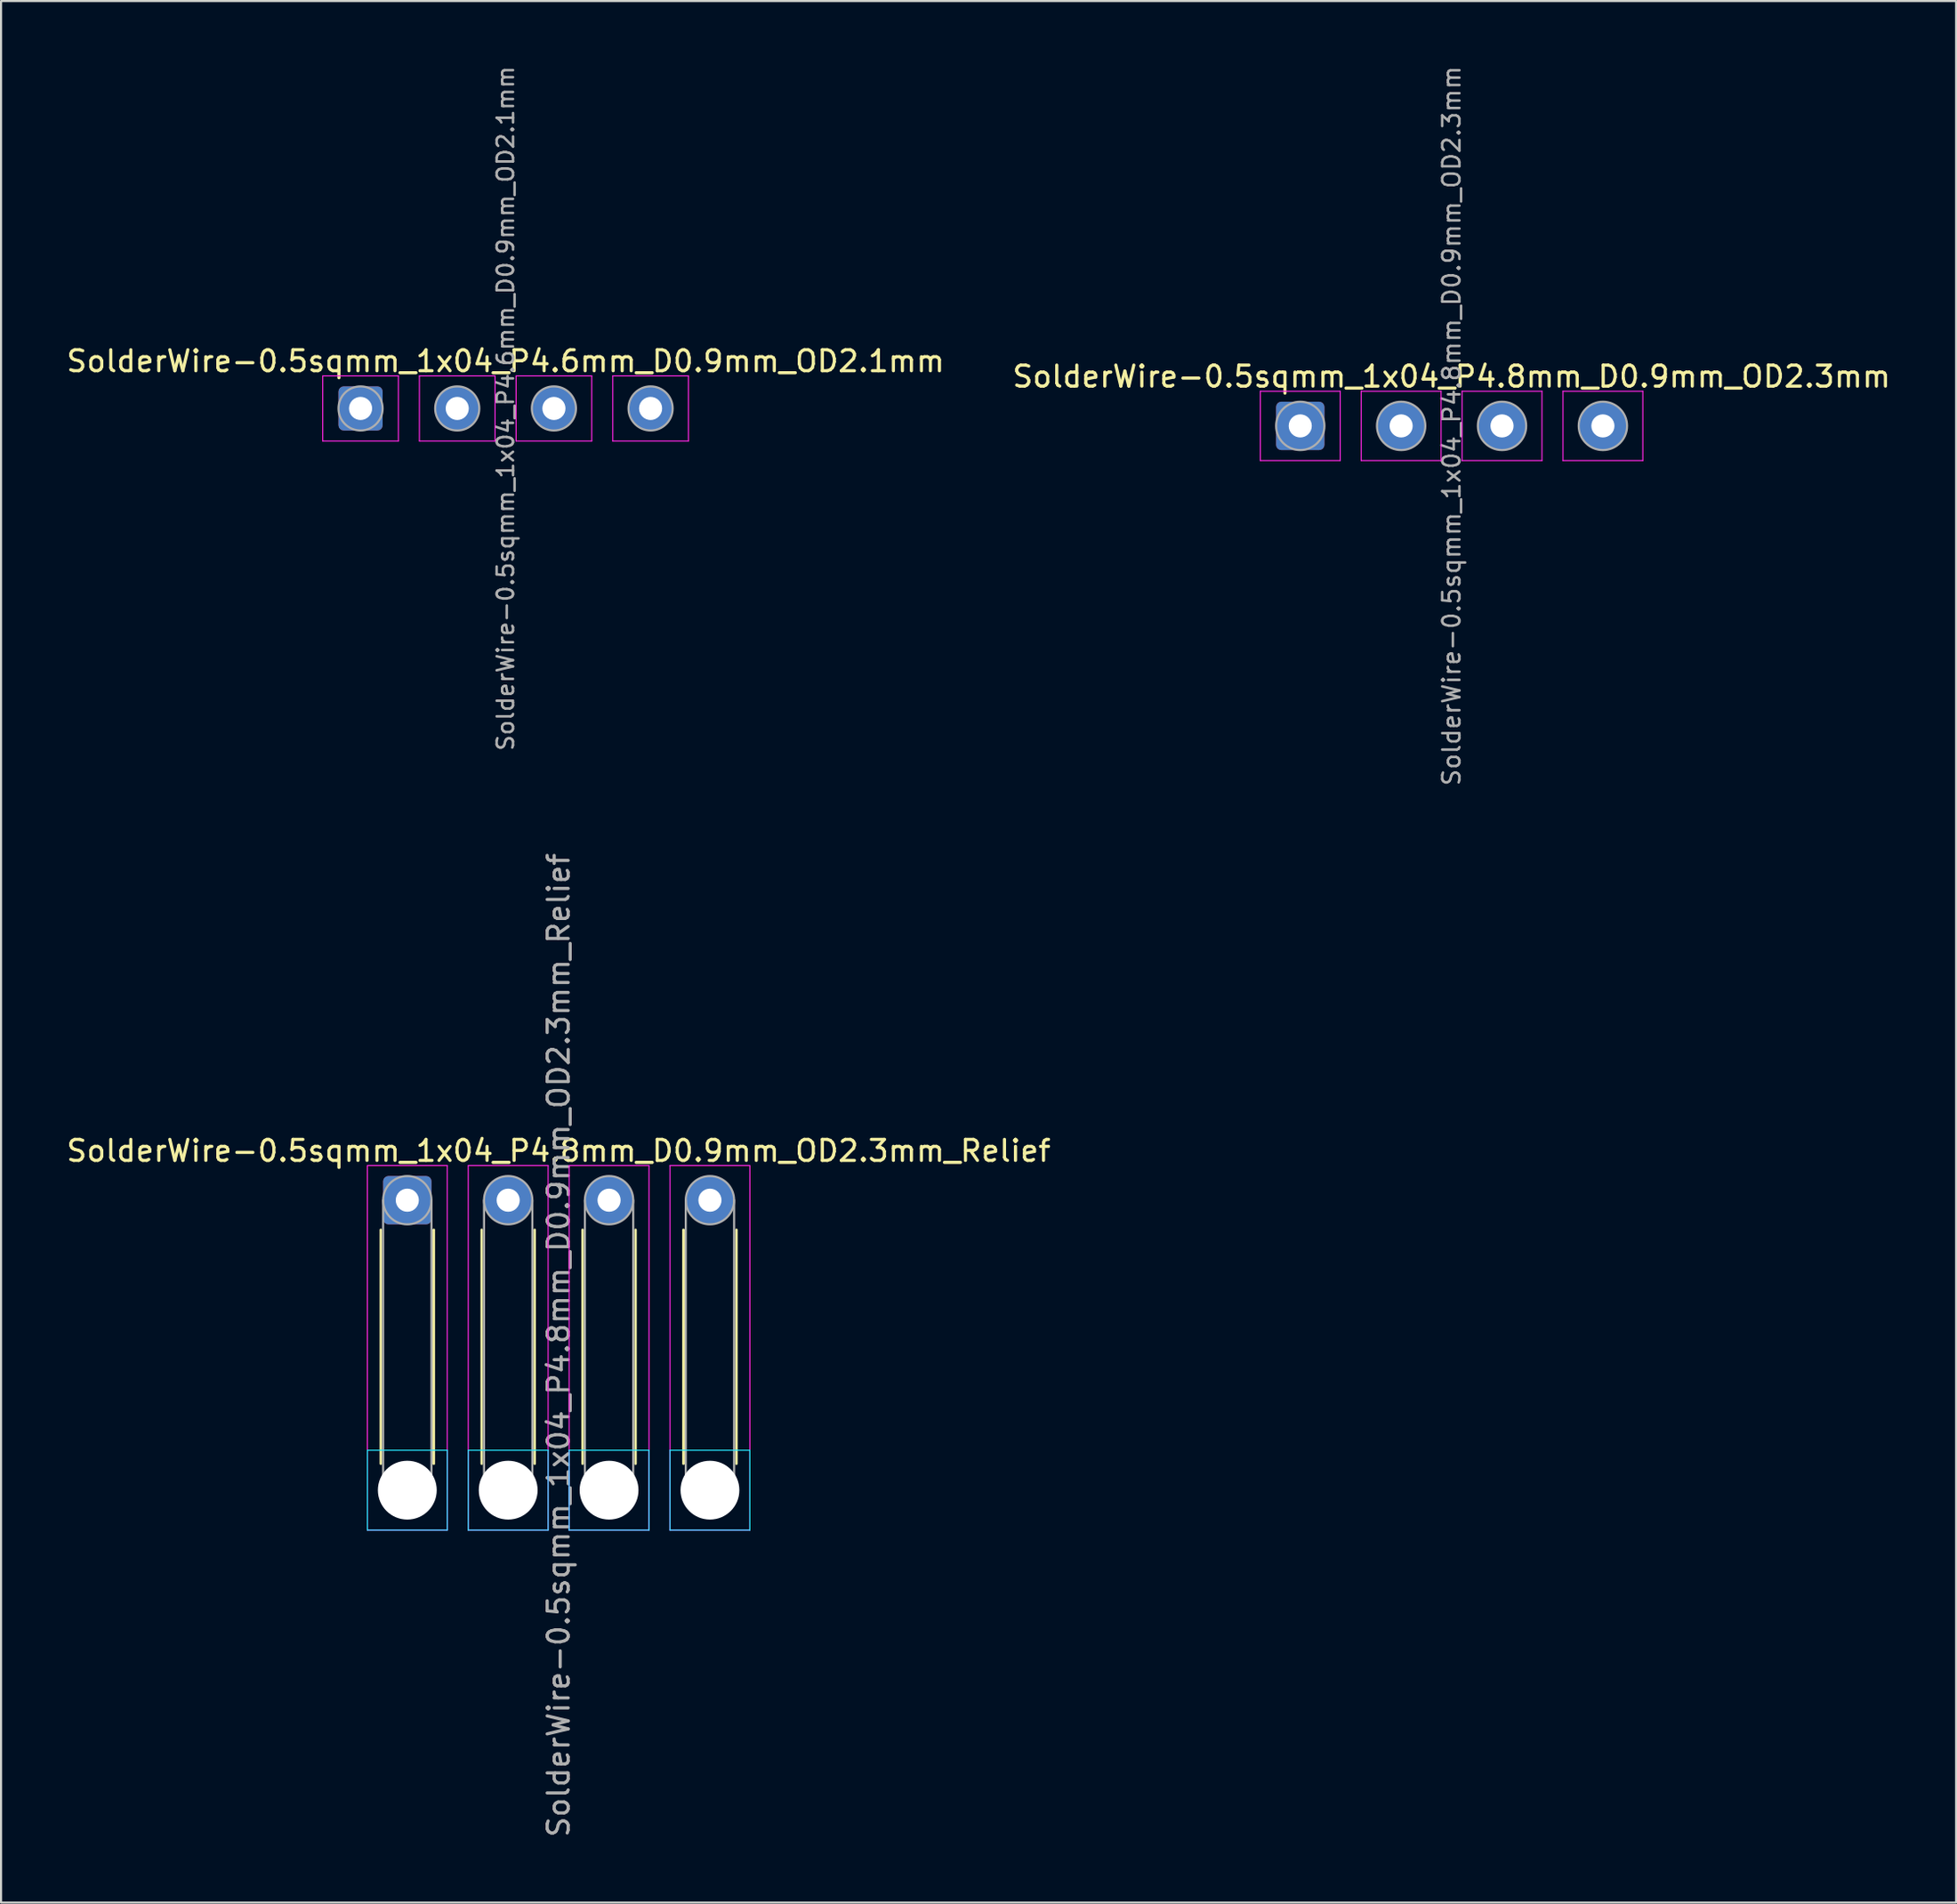
<source format=kicad_pcb>
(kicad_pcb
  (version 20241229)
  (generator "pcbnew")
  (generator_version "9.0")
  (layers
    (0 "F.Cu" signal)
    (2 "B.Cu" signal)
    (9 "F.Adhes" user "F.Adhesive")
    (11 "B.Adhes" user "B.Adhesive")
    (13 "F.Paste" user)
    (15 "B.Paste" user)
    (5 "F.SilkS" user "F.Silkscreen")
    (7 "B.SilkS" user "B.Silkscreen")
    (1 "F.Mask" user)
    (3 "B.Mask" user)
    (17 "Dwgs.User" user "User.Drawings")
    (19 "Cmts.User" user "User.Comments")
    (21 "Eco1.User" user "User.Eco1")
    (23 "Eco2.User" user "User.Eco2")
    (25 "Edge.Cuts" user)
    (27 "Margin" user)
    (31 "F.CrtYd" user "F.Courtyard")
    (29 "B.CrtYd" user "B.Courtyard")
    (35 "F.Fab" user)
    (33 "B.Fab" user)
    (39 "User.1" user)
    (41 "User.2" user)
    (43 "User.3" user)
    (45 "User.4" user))
  (footprint "SolderWire-0.5sqmm_1x04_P4.6mm_D0.9mm_OD2.1mm"
    (layer "F.Cu")
    (at 14.106 16.389)
    (property "Reference" "SolderWire-0.5sqmm_1x04_P4.6mm_D0.9mm_OD2.1mm" (at 6.9 -2.25 0) (layer "F.SilkS") (effects (font (size 1 1) (thickness 0.15))))
    (attr exclude_from_pos_files exclude_from_bom)
    (fp_line (start -1.8 -1.55) (end -1.8 1.55) (stroke (width 0.05) (type solid)) (layer "F.CrtYd"))
    (fp_line (start -1.8 1.55) (end 1.8 1.55) (stroke (width 0.05) (type solid)) (layer "F.CrtYd"))
    (fp_line (start 1.8 -1.55) (end -1.8 -1.55) (stroke (width 0.05) (type solid)) (layer "F.CrtYd"))
    (fp_line (start 1.8 1.55) (end 1.8 -1.55) (stroke (width 0.05) (type solid)) (layer "F.CrtYd"))
    (fp_line (start 2.8 -1.55) (end 2.8 1.55) (stroke (width 0.05) (type solid)) (layer "F.CrtYd"))
    (fp_line (start 2.8 1.55) (end 6.4 1.55) (stroke (width 0.05) (type solid)) (layer "F.CrtYd"))
    (fp_line (start 6.4 -1.55) (end 2.8 -1.55) (stroke (width 0.05) (type solid)) (layer "F.CrtYd"))
    (fp_line (start 6.4 1.55) (end 6.4 -1.55) (stroke (width 0.05) (type solid)) (layer "F.CrtYd"))
    (fp_line (start 7.4 -1.55) (end 7.4 1.55) (stroke (width 0.05) (type solid)) (layer "F.CrtYd"))
    (fp_line (start 7.4 1.55) (end 11 1.55) (stroke (width 0.05) (type solid)) (layer "F.CrtYd"))
    (fp_line (start 11 -1.55) (end 7.4 -1.55) (stroke (width 0.05) (type solid)) (layer "F.CrtYd"))
    (fp_line (start 11 1.55) (end 11 -1.55) (stroke (width 0.05) (type solid)) (layer "F.CrtYd"))
    (fp_line (start 12 -1.55) (end 12 1.55) (stroke (width 0.05) (type solid)) (layer "F.CrtYd"))
    (fp_line (start 12 1.55) (end 15.6 1.55) (stroke (width 0.05) (type solid)) (layer "F.CrtYd"))
    (fp_line (start 15.6 -1.55) (end 12 -1.55) (stroke (width 0.05) (type solid)) (layer "F.CrtYd"))
    (fp_line (start 15.6 1.55) (end 15.6 -1.55) (stroke (width 0.05) (type solid)) (layer "F.CrtYd"))
    (fp_circle (center 0 0) (end 1.05 0) (stroke (width 0.1) (type solid)) (fill no) (layer "F.Fab"))
    (fp_circle (center 4.6 0) (end 5.65 0) (stroke (width 0.1) (type solid)) (fill no) (layer "F.Fab"))
    (fp_circle (center 9.2 0) (end 10.25 0) (stroke (width 0.1) (type solid)) (fill no) (layer "F.Fab"))
    (fp_circle (center 13.8 0) (end 14.85 0) (stroke (width 0.1) (type solid)) (fill no) (layer "F.Fab"))
    (fp_text user "${REFERENCE}" (at 6.9 0 90) (layer "F.Fab") (effects (font (size 0.78 0.78) (thickness 0.12))))
    (pad "1" thru_hole roundrect (at 0 0) (size 2.1 2.1) (drill 1.1) (layers "*.Cu" "*.Mask") (roundrect_rratio 0.119))
    (pad "2" thru_hole circle (at 4.6 0) (size 2.1 2.1) (drill 1.1) (layers "*.Cu" "*.Mask"))
    (pad "3" thru_hole circle (at 9.2 0) (size 2.1 2.1) (drill 1.1) (layers "*.Cu" "*.Mask"))
    (pad "4" thru_hole circle (at 13.8 0) (size 2.1 2.1) (drill 1.1) (layers "*.Cu" "*.Mask")))
  (footprint "SolderWire-0.5sqmm_1x04_P4.8mm_D0.9mm_OD2.3mm"
    (layer "F.Cu")
    (at 58.818 17.22)
    (property "Reference" "SolderWire-0.5sqmm_1x04_P4.8mm_D0.9mm_OD2.3mm" (at 7.2 -2.35 0) (layer "F.SilkS") (effects (font (size 1 1) (thickness 0.15))))
    (attr exclude_from_pos_files exclude_from_bom)
    (fp_line (start -1.9 -1.65) (end -1.9 1.65) (stroke (width 0.05) (type solid)) (layer "F.CrtYd"))
    (fp_line (start -1.9 1.65) (end 1.9 1.65) (stroke (width 0.05) (type solid)) (layer "F.CrtYd"))
    (fp_line (start 1.9 -1.65) (end -1.9 -1.65) (stroke (width 0.05) (type solid)) (layer "F.CrtYd"))
    (fp_line (start 1.9 1.65) (end 1.9 -1.65) (stroke (width 0.05) (type solid)) (layer "F.CrtYd"))
    (fp_line (start 2.9 -1.65) (end 2.9 1.65) (stroke (width 0.05) (type solid)) (layer "F.CrtYd"))
    (fp_line (start 2.9 1.65) (end 6.7 1.65) (stroke (width 0.05) (type solid)) (layer "F.CrtYd"))
    (fp_line (start 6.7 -1.65) (end 2.9 -1.65) (stroke (width 0.05) (type solid)) (layer "F.CrtYd"))
    (fp_line (start 6.7 1.65) (end 6.7 -1.65) (stroke (width 0.05) (type solid)) (layer "F.CrtYd"))
    (fp_line (start 7.7 -1.65) (end 7.7 1.65) (stroke (width 0.05) (type solid)) (layer "F.CrtYd"))
    (fp_line (start 7.7 1.65) (end 11.5 1.65) (stroke (width 0.05) (type solid)) (layer "F.CrtYd"))
    (fp_line (start 11.5 -1.65) (end 7.7 -1.65) (stroke (width 0.05) (type solid)) (layer "F.CrtYd"))
    (fp_line (start 11.5 1.65) (end 11.5 -1.65) (stroke (width 0.05) (type solid)) (layer "F.CrtYd"))
    (fp_line (start 12.5 -1.65) (end 12.5 1.65) (stroke (width 0.05) (type solid)) (layer "F.CrtYd"))
    (fp_line (start 12.5 1.65) (end 16.3 1.65) (stroke (width 0.05) (type solid)) (layer "F.CrtYd"))
    (fp_line (start 16.3 -1.65) (end 12.5 -1.65) (stroke (width 0.05) (type solid)) (layer "F.CrtYd"))
    (fp_line (start 16.3 1.65) (end 16.3 -1.65) (stroke (width 0.05) (type solid)) (layer "F.CrtYd"))
    (fp_circle (center 0 0) (end 1.15 0) (stroke (width 0.1) (type solid)) (fill no) (layer "F.Fab"))
    (fp_circle (center 4.8 0) (end 5.95 0) (stroke (width 0.1) (type solid)) (fill no) (layer "F.Fab"))
    (fp_circle (center 9.6 0) (end 10.75 0) (stroke (width 0.1) (type solid)) (fill no) (layer "F.Fab"))
    (fp_circle (center 14.4 0) (end 15.55 0) (stroke (width 0.1) (type solid)) (fill no) (layer "F.Fab"))
    (fp_text user "${REFERENCE}" (at 7.2 0 90) (layer "F.Fab") (effects (font (size 0.82 0.82) (thickness 0.12))))
    (pad "1" thru_hole roundrect (at 0 0) (size 2.3 2.3) (drill 1.1) (layers "*.Cu" "*.Mask") (roundrect_rratio 0.109))
    (pad "2" thru_hole circle (at 4.8 0) (size 2.3 2.3) (drill 1.1) (layers "*.Cu" "*.Mask"))
    (pad "3" thru_hole circle (at 9.6 0) (size 2.3 2.3) (drill 1.1) (layers "*.Cu" "*.Mask"))
    (pad "4" thru_hole circle (at 14.4 0) (size 2.3 2.3) (drill 1.1) (layers "*.Cu" "*.Mask")))
  (footprint "SolderWire-0.5sqmm_1x04_P4.8mm_D0.9mm_OD2.3mm_Relief"
    (layer "F.Cu")
    (at 16.33 54.071)
    (property "Reference" "SolderWire-0.5sqmm_1x04_P4.8mm_D0.9mm_OD2.3mm_Relief" (at 7.2 -2.35 0) (layer "F.SilkS") (effects (font (size 1 1) (thickness 0.15))))
    (attr exclude_from_pos_files exclude_from_bom)
    (fp_line (start -1.26 1.41) (end -1.26 12.54) (stroke (width 0.12) (type solid)) (layer "F.SilkS"))
    (fp_line (start 1.26 1.41) (end 1.26 12.54) (stroke (width 0.12) (type solid)) (layer "F.SilkS"))
    (fp_line (start 3.54 1.41) (end 3.54 12.54) (stroke (width 0.12) (type solid)) (layer "F.SilkS"))
    (fp_line (start 6.06 1.41) (end 6.06 12.54) (stroke (width 0.12) (type solid)) (layer "F.SilkS"))
    (fp_line (start 8.34 1.41) (end 8.34 12.54) (stroke (width 0.12) (type solid)) (layer "F.SilkS"))
    (fp_line (start 10.86 1.41) (end 10.86 12.54) (stroke (width 0.12) (type solid)) (layer "F.SilkS"))
    (fp_line (start 13.14 1.41) (end 13.14 12.54) (stroke (width 0.12) (type solid)) (layer "F.SilkS"))
    (fp_line (start 15.66 1.41) (end 15.66 12.54) (stroke (width 0.12) (type solid)) (layer "F.SilkS"))
    (fp_line (start -1.9 11.9) (end -1.9 15.7) (stroke (width 0.05) (type solid)) (layer "B.CrtYd"))
    (fp_line (start -1.9 15.7) (end 1.9 15.7) (stroke (width 0.05) (type solid)) (layer "B.CrtYd"))
    (fp_line (start 1.9 11.9) (end -1.9 11.9) (stroke (width 0.05) (type solid)) (layer "B.CrtYd"))
    (fp_line (start 1.9 15.7) (end 1.9 11.9) (stroke (width 0.05) (type solid)) (layer "B.CrtYd"))
    (fp_line (start 2.9 11.9) (end 2.9 15.7) (stroke (width 0.05) (type solid)) (layer "B.CrtYd"))
    (fp_line (start 2.9 15.7) (end 6.7 15.7) (stroke (width 0.05) (type solid)) (layer "B.CrtYd"))
    (fp_line (start 6.7 11.9) (end 2.9 11.9) (stroke (width 0.05) (type solid)) (layer "B.CrtYd"))
    (fp_line (start 6.7 15.7) (end 6.7 11.9) (stroke (width 0.05) (type solid)) (layer "B.CrtYd"))
    (fp_line (start 7.7 11.9) (end 7.7 15.7) (stroke (width 0.05) (type solid)) (layer "B.CrtYd"))
    (fp_line (start 7.7 15.7) (end 11.5 15.7) (stroke (width 0.05) (type solid)) (layer "B.CrtYd"))
    (fp_line (start 11.5 11.9) (end 7.7 11.9) (stroke (width 0.05) (type solid)) (layer "B.CrtYd"))
    (fp_line (start 11.5 15.7) (end 11.5 11.9) (stroke (width 0.05) (type solid)) (layer "B.CrtYd"))
    (fp_line (start 12.5 11.9) (end 12.5 15.7) (stroke (width 0.05) (type solid)) (layer "B.CrtYd"))
    (fp_line (start 12.5 15.7) (end 16.3 15.7) (stroke (width 0.05) (type solid)) (layer "B.CrtYd"))
    (fp_line (start 16.3 11.9) (end 12.5 11.9) (stroke (width 0.05) (type solid)) (layer "B.CrtYd"))
    (fp_line (start 16.3 15.7) (end 16.3 11.9) (stroke (width 0.05) (type solid)) (layer "B.CrtYd"))
    (fp_line (start -1.9 -1.65) (end -1.9 15.7) (stroke (width 0.05) (type solid)) (layer "F.CrtYd"))
    (fp_line (start -1.9 15.7) (end 1.9 15.7) (stroke (width 0.05) (type solid)) (layer "F.CrtYd"))
    (fp_line (start 1.9 -1.65) (end -1.9 -1.65) (stroke (width 0.05) (type solid)) (layer "F.CrtYd"))
    (fp_line (start 1.9 15.7) (end 1.9 -1.65) (stroke (width 0.05) (type solid)) (layer "F.CrtYd"))
    (fp_line (start 2.9 -1.65) (end 2.9 15.7) (stroke (width 0.05) (type solid)) (layer "F.CrtYd"))
    (fp_line (start 2.9 15.7) (end 6.7 15.7) (stroke (width 0.05) (type solid)) (layer "F.CrtYd"))
    (fp_line (start 6.7 -1.65) (end 2.9 -1.65) (stroke (width 0.05) (type solid)) (layer "F.CrtYd"))
    (fp_line (start 6.7 15.7) (end 6.7 -1.65) (stroke (width 0.05) (type solid)) (layer "F.CrtYd"))
    (fp_line (start 7.7 -1.65) (end 7.7 15.7) (stroke (width 0.05) (type solid)) (layer "F.CrtYd"))
    (fp_line (start 7.7 15.7) (end 11.5 15.7) (stroke (width 0.05) (type solid)) (layer "F.CrtYd"))
    (fp_line (start 11.5 -1.65) (end 7.7 -1.65) (stroke (width 0.05) (type solid)) (layer "F.CrtYd"))
    (fp_line (start 11.5 15.7) (end 11.5 -1.65) (stroke (width 0.05) (type solid)) (layer "F.CrtYd"))
    (fp_line (start 12.5 -1.65) (end 12.5 15.7) (stroke (width 0.05) (type solid)) (layer "F.CrtYd"))
    (fp_line (start 12.5 15.7) (end 16.3 15.7) (stroke (width 0.05) (type solid)) (layer "F.CrtYd"))
    (fp_line (start 16.3 -1.65) (end 12.5 -1.65) (stroke (width 0.05) (type solid)) (layer "F.CrtYd"))
    (fp_line (start 16.3 15.7) (end 16.3 -1.65) (stroke (width 0.05) (type solid)) (layer "F.CrtYd"))
    (fp_line (start -1.15 0) (end -1.15 13.8) (stroke (width 0.1) (type solid)) (layer "F.Fab"))
    (fp_line (start 1.15 0) (end 1.15 13.8) (stroke (width 0.1) (type solid)) (layer "F.Fab"))
    (fp_line (start 3.65 0) (end 3.65 13.8) (stroke (width 0.1) (type solid)) (layer "F.Fab"))
    (fp_line (start 5.95 0) (end 5.95 13.8) (stroke (width 0.1) (type solid)) (layer "F.Fab"))
    (fp_line (start 8.45 0) (end 8.45 13.8) (stroke (width 0.1) (type solid)) (layer "F.Fab"))
    (fp_line (start 10.75 0) (end 10.75 13.8) (stroke (width 0.1) (type solid)) (layer "F.Fab"))
    (fp_line (start 13.25 0) (end 13.25 13.8) (stroke (width 0.1) (type solid)) (layer "F.Fab"))
    (fp_line (start 15.55 0) (end 15.55 13.8) (stroke (width 0.1) (type solid)) (layer "F.Fab"))
    (fp_circle (center 0 0) (end 1.15 0) (stroke (width 0.1) (type solid)) (fill no) (layer "F.Fab"))
    (fp_circle (center 0 13.8) (end 1.15 13.8) (stroke (width 0.1) (type solid)) (fill no) (layer "F.Fab"))
    (fp_circle (center 4.8 0) (end 5.95 0) (stroke (width 0.1) (type solid)) (fill no) (layer "F.Fab"))
    (fp_circle (center 4.8 13.8) (end 5.95 13.8) (stroke (width 0.1) (type solid)) (fill no) (layer "F.Fab"))
    (fp_circle (center 9.6 0) (end 10.75 0) (stroke (width 0.1) (type solid)) (fill no) (layer "F.Fab"))
    (fp_circle (center 9.6 13.8) (end 10.75 13.8) (stroke (width 0.1) (type solid)) (fill no) (layer "F.Fab"))
    (fp_circle (center 14.4 0) (end 15.55 0) (stroke (width 0.1) (type solid)) (fill no) (layer "F.Fab"))
    (fp_circle (center 14.4 13.8) (end 15.55 13.8) (stroke (width 0.1) (type solid)) (fill no) (layer "F.Fab"))
    (fp_text user "${REFERENCE}" (at 7.2 6.9 90) (layer "F.Fab") (effects (font (size 1 1) (thickness 0.15))))
    (pad "" np_thru_hole circle (at 0 13.8) (size 2.8 2.8) (drill 2.8) (layers "*.Cu" "*.Mask"))
    (pad "" np_thru_hole circle (at 4.8 13.8) (size 2.8 2.8) (drill 2.8) (layers "*.Cu" "*.Mask"))
    (pad "" np_thru_hole circle (at 9.6 13.8) (size 2.8 2.8) (drill 2.8) (layers "*.Cu" "*.Mask"))
    (pad "" np_thru_hole circle (at 14.4 13.8) (size 2.8 2.8) (drill 2.8) (layers "*.Cu" "*.Mask"))
    (pad "1" thru_hole roundrect (at 0 0) (size 2.3 2.3) (drill 1.1) (layers "*.Cu" "*.Mask") (roundrect_rratio 0.109))
    (pad "2" thru_hole circle (at 4.8 0) (size 2.3 2.3) (drill 1.1) (layers "*.Cu" "*.Mask"))
    (pad "3" thru_hole circle (at 9.6 0) (size 2.3 2.3) (drill 1.1) (layers "*.Cu" "*.Mask"))
    (pad "4" thru_hole circle (at 14.4 0) (size 2.3 2.3) (drill 1.1) (layers "*.Cu" "*.Mask")))
  (gr_rect
    (start -3 -3)
    (end 90.024 87.5)
    (stroke (width 0.1) (type default))
    (fill no)
    (layer "Edge.Cuts")))
</source>
